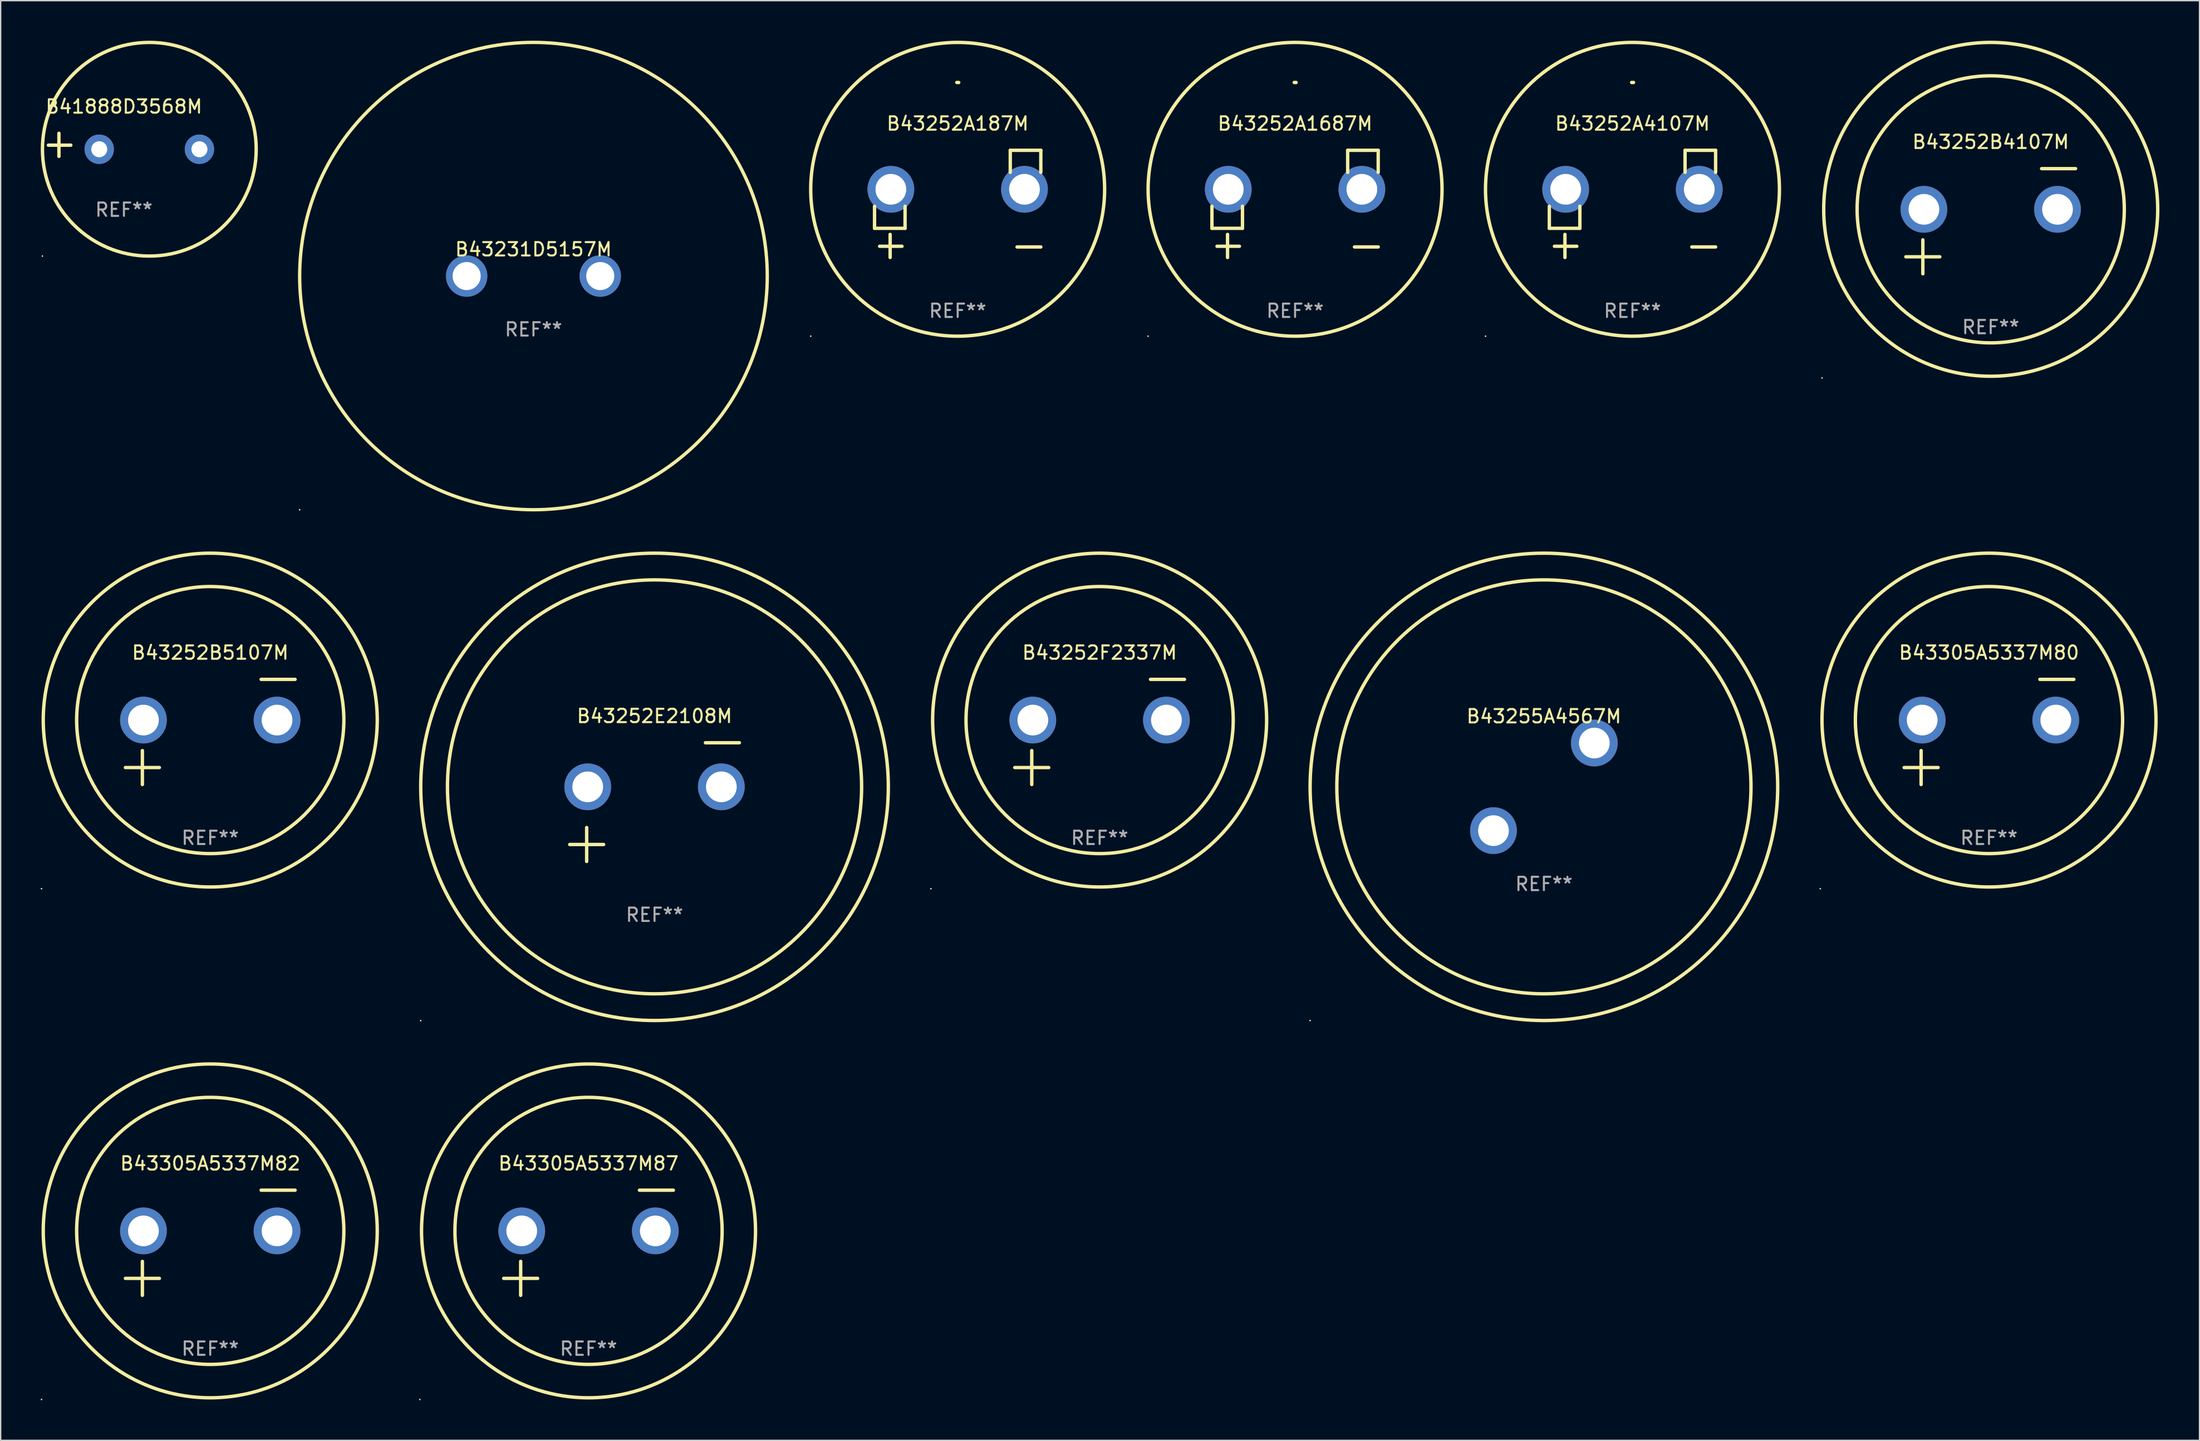
<source format=kicad_pcb>
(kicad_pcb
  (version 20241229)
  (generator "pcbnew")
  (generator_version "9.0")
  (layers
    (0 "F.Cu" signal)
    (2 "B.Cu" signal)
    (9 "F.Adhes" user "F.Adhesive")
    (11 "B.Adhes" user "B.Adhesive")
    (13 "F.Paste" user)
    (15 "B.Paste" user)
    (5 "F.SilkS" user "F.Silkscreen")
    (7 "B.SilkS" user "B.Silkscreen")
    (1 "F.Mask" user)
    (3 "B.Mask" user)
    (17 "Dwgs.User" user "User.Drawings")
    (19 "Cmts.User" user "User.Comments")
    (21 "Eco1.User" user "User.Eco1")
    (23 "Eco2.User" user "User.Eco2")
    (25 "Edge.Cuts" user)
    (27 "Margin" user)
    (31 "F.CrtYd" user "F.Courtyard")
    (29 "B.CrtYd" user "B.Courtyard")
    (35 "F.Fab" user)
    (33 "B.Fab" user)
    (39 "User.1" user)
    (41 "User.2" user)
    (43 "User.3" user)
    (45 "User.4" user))
  (footprint "B43255A4567M"
    (layer "F.Cu")
    (at 112.51 55.877)
    (property "Reference" "B43255A4567M" (at 0 -5.28 0) (layer "F.SilkS") (effects (font (size 1 1) (thickness 0.15))))
    (attr through_hole)
    (fp_circle (center -17.5 17.5) (end -17.47 17.5) (stroke (width 0.06) (type solid)) (fill no) (layer "F.SilkS"))
    (fp_circle (center 0.000127 0) (end 15.5 0) (stroke (width 0.254) (type solid)) (fill no) (layer "F.SilkS"))
    (fp_circle (center 0.000127 0) (end 17.5 0) (stroke (width 0.254) (type solid)) (fill no) (layer "F.SilkS"))
    (fp_text user "+" (at -2.209 6.481 0) (layer "B.Mask") (effects (font (size 1 1) (thickness 0.15))))
    (fp_text user "-" (at 3.792 -0.019 0) (layer "B.Mask") (effects (font (size 1 1) (thickness 0.15))))
    (fp_text user "REF**" (at 0 7.28 0) (layer "F.Fab") (effects (font (size 1 1) (thickness 0.15))))
    (pad "1" thru_hole circle (at -3.774 3.28) (size 3.5 3.5) (drill 2.3) (layers "*.Cu" "*.Mask"))
    (pad "2" thru_hole circle (at 3.774 -3.28) (size 3.5 3.5) (drill 2.3) (layers "*.Cu" "*.Mask")))
  (footprint "B43252A187M"
    (layer "F.Cu")
    (at 68.631 12.219)
    (property "Reference" "B43252A187M" (at 0 -6.013 0) (layer "F.SilkS") (effects (font (size 1 1) (thickness 0.15))))
    (attr through_hole)
    (fp_line (start -6.223 0.178) (end -6.223 1.829) (stroke (width 0.254) (type solid)) (layer "F.SilkS"))
    (fp_line (start -6.223 1.829) (end -3.937 1.829) (stroke (width 0.254) (type solid)) (layer "F.SilkS"))
    (fp_line (start -5.055 4.013) (end -5.055 2.286) (stroke (width 0.254) (type solid)) (layer "F.SilkS"))
    (fp_line (start -4.166 3.175) (end -5.842 3.175) (stroke (width 0.254) (type solid)) (layer "F.SilkS"))
    (fp_line (start -3.937 1.829) (end -3.937 0.178) (stroke (width 0.254) (type solid)) (layer "F.SilkS"))
    (fp_line (start 3.937 -4.013) (end 3.937 -2.362) (stroke (width 0.254) (type solid)) (layer "F.SilkS"))
    (fp_line (start 6.223 -4.013) (end 3.937 -4.013) (stroke (width 0.254) (type solid)) (layer "F.SilkS"))
    (fp_line (start 6.223 -2.362) (end 6.223 -4.013) (stroke (width 0.254) (type solid)) (layer "F.SilkS"))
    (fp_line (start 6.223 3.226) (end 4.445 3.226) (stroke (width 0.254) (type solid)) (layer "F.SilkS"))
    (fp_arc (start -0.062256 -9.092228) (mid 0.007852 -9.091512) (end 0.077952 -9.090196) (stroke (width 0.254001) (type solid)) (layer "F.SilkS"))
    (fp_circle (center -11 9.908) (end -10.97 9.908) (stroke (width 0.06) (type solid)) (fill no) (layer "F.SilkS"))
    (fp_circle (center 0 -1.092) (end 11 -1.092) (stroke (width 0.254) (type solid)) (fill no) (layer "F.SilkS"))
    (fp_text user "REF**" (at 0 8.013 0) (layer "F.Fab") (effects (font (size 1 1) (thickness 0.15))))
    (pad "1" thru_hole circle (at -5 -1.092) (size 3.5 3.5) (drill 2.3) (layers "*.Cu" "*.Mask"))
    (pad "2" thru_hole circle (at 5 -1.092) (size 3.5 3.5) (drill 2.3) (layers "*.Cu" "*.Mask")))
  (footprint "B43252B4107M"
    (layer "F.Cu")
    (at 145.953 13.516)
    (property "Reference" "B43252B4107M" (at 0 -5.937 0) (layer "F.SilkS") (effects (font (size 1 1) (thickness 0.15))))
    (attr through_hole)
    (fp_line (start -6.35 2.667) (end -3.81 2.667) (stroke (width 0.254) (type solid)) (layer "F.SilkS"))
    (fp_line (start -5.08 1.397) (end -5.08 3.937) (stroke (width 0.254) (type solid)) (layer "F.SilkS"))
    (fp_line (start 3.81 -3.937) (end 6.35 -3.937) (stroke (width 0.254) (type solid)) (layer "F.SilkS"))
    (fp_circle (center -12.627 11.738) (end -12.597 11.738) (stroke (width 0.06) (type solid)) (fill no) (layer "F.SilkS"))
    (fp_circle (center 0 -0.889) (end 10 -0.889) (stroke (width 0.254) (type solid)) (fill no) (layer "F.SilkS"))
    (fp_circle (center 0 -0.889) (end 12.5 -0.889) (stroke (width 0.254) (type solid)) (fill no) (layer "F.SilkS"))
    (fp_text user "REF**" (at 0 7.937 0) (layer "F.Fab") (effects (font (size 1 1) (thickness 0.15))))
    (pad "1" thru_hole circle (at -5 -0.889) (size 3.5 3.5) (drill 2.3) (layers "*.Cu" "*.Mask"))
    (pad "2" thru_hole circle (at 5 -0.889) (size 3.5 3.5) (drill 2.3) (layers "*.Cu" "*.Mask")))
  (footprint "B43252B5107M"
    (layer "F.Cu")
    (at 12.687 51.766)
    (property "Reference" "B43252B5107M" (at 0 -5.937 0) (layer "F.SilkS") (effects (font (size 1 1) (thickness 0.15))))
    (attr through_hole)
    (fp_line (start -6.35 2.667) (end -3.81 2.667) (stroke (width 0.254) (type solid)) (layer "F.SilkS"))
    (fp_line (start -5.08 1.397) (end -5.08 3.937) (stroke (width 0.254) (type solid)) (layer "F.SilkS"))
    (fp_line (start 3.81 -3.937) (end 6.35 -3.937) (stroke (width 0.254) (type solid)) (layer "F.SilkS"))
    (fp_circle (center -12.627 11.738) (end -12.597 11.738) (stroke (width 0.06) (type solid)) (fill no) (layer "F.SilkS"))
    (fp_circle (center 0 -0.889) (end 10 -0.889) (stroke (width 0.254) (type solid)) (fill no) (layer "F.SilkS"))
    (fp_circle (center 0 -0.889) (end 12.5 -0.889) (stroke (width 0.254) (type solid)) (fill no) (layer "F.SilkS"))
    (fp_text user "REF**" (at 0 7.937 0) (layer "F.Fab") (effects (font (size 1 1) (thickness 0.15))))
    (pad "1" thru_hole circle (at -5 -0.889) (size 3.5 3.5) (drill 2.3) (layers "*.Cu" "*.Mask"))
    (pad "2" thru_hole circle (at 5 -0.889) (size 3.5 3.5) (drill 2.3) (layers "*.Cu" "*.Mask")))
  (footprint "B43305A5337M80"
    (layer "F.Cu")
    (at 145.824 51.766)
    (property "Reference" "B43305A5337M80" (at 0 -5.937 0) (layer "F.SilkS") (effects (font (size 1 1) (thickness 0.15))))
    (attr through_hole)
    (fp_line (start -6.35 2.667) (end -3.81 2.667) (stroke (width 0.254) (type solid)) (layer "F.SilkS"))
    (fp_line (start -5.08 1.397) (end -5.08 3.937) (stroke (width 0.254) (type solid)) (layer "F.SilkS"))
    (fp_line (start 3.81 -3.937) (end 6.35 -3.937) (stroke (width 0.254) (type solid)) (layer "F.SilkS"))
    (fp_circle (center -12.627 11.738) (end -12.597 11.738) (stroke (width 0.06) (type solid)) (fill no) (layer "F.SilkS"))
    (fp_circle (center 0 -0.889) (end 10 -0.889) (stroke (width 0.254) (type solid)) (fill no) (layer "F.SilkS"))
    (fp_circle (center 0 -0.889) (end 12.5 -0.889) (stroke (width 0.254) (type solid)) (fill no) (layer "F.SilkS"))
    (fp_text user "REF**" (at 0 7.937 0) (layer "F.Fab") (effects (font (size 1 1) (thickness 0.15))))
    (pad "1" thru_hole circle (at -5 -0.889) (size 3.5 3.5) (drill 2.3) (layers "*.Cu" "*.Mask"))
    (pad "2" thru_hole circle (at 5 -0.889) (size 3.5 3.5) (drill 2.3) (layers "*.Cu" "*.Mask")))
  (footprint "B43252A1687M"
    (layer "F.Cu")
    (at 93.885 12.219)
    (property "Reference" "B43252A1687M" (at 0 -6.013 0) (layer "F.SilkS") (effects (font (size 1 1) (thickness 0.15))))
    (attr through_hole)
    (fp_line (start -6.223 0.178) (end -6.223 1.829) (stroke (width 0.254) (type solid)) (layer "F.SilkS"))
    (fp_line (start -6.223 1.829) (end -3.937 1.829) (stroke (width 0.254) (type solid)) (layer "F.SilkS"))
    (fp_line (start -5.055 4.013) (end -5.055 2.286) (stroke (width 0.254) (type solid)) (layer "F.SilkS"))
    (fp_line (start -4.166 3.175) (end -5.842 3.175) (stroke (width 0.254) (type solid)) (layer "F.SilkS"))
    (fp_line (start -3.937 1.829) (end -3.937 0.178) (stroke (width 0.254) (type solid)) (layer "F.SilkS"))
    (fp_line (start 3.937 -4.013) (end 3.937 -2.362) (stroke (width 0.254) (type solid)) (layer "F.SilkS"))
    (fp_line (start 6.223 -4.013) (end 3.937 -4.013) (stroke (width 0.254) (type solid)) (layer "F.SilkS"))
    (fp_line (start 6.223 -2.362) (end 6.223 -4.013) (stroke (width 0.254) (type solid)) (layer "F.SilkS"))
    (fp_line (start 6.223 3.226) (end 4.445 3.226) (stroke (width 0.254) (type solid)) (layer "F.SilkS"))
    (fp_arc (start -0.062256 -9.092228) (mid 0.007852 -9.091512) (end 0.077952 -9.090196) (stroke (width 0.254001) (type solid)) (layer "F.SilkS"))
    (fp_circle (center -11 9.908) (end -10.97 9.908) (stroke (width 0.06) (type solid)) (fill no) (layer "F.SilkS"))
    (fp_circle (center 0 -1.092) (end 11 -1.092) (stroke (width 0.254) (type solid)) (fill no) (layer "F.SilkS"))
    (fp_text user "REF**" (at 0 8.013 0) (layer "F.Fab") (effects (font (size 1 1) (thickness 0.15))))
    (pad "1" thru_hole circle (at -5 -1.092) (size 3.5 3.5) (drill 2.3) (layers "*.Cu" "*.Mask"))
    (pad "2" thru_hole circle (at 5 -1.092) (size 3.5 3.5) (drill 2.3) (layers "*.Cu" "*.Mask")))
  (footprint "B43305A5337M87"
    (layer "F.Cu")
    (at 41.001 90.021)
    (property "Reference" "B43305A5337M87" (at 0 -5.937 0) (layer "F.SilkS") (effects (font (size 1 1) (thickness 0.15))))
    (attr through_hole)
    (fp_line (start -6.35 2.667) (end -3.81 2.667) (stroke (width 0.254) (type solid)) (layer "F.SilkS"))
    (fp_line (start -5.08 1.397) (end -5.08 3.937) (stroke (width 0.254) (type solid)) (layer "F.SilkS"))
    (fp_line (start 3.81 -3.937) (end 6.35 -3.937) (stroke (width 0.254) (type solid)) (layer "F.SilkS"))
    (fp_circle (center -12.627 11.738) (end -12.597 11.738) (stroke (width 0.06) (type solid)) (fill no) (layer "F.SilkS"))
    (fp_circle (center 0 -0.889) (end 10 -0.889) (stroke (width 0.254) (type solid)) (fill no) (layer "F.SilkS"))
    (fp_circle (center 0 -0.889) (end 12.5 -0.889) (stroke (width 0.254) (type solid)) (fill no) (layer "F.SilkS"))
    (fp_text user "REF**" (at 0 7.937 0) (layer "F.Fab") (effects (font (size 1 1) (thickness 0.15))))
    (pad "1" thru_hole circle (at -5 -0.889) (size 3.5 3.5) (drill 2.3) (layers "*.Cu" "*.Mask"))
    (pad "2" thru_hole circle (at 5 -0.889) (size 3.5 3.5) (drill 2.3) (layers "*.Cu" "*.Mask")))
  (footprint "B43252E2108M"
    (layer "F.Cu")
    (at 45.941 57.02)
    (property "Reference" "B43252E2108M" (at 0 -6.445 0) (layer "F.SilkS") (effects (font (size 1 1) (thickness 0.15))))
    (attr through_hole)
    (fp_line (start -6.35 3.175) (end -3.81 3.175) (stroke (width 0.254) (type solid)) (layer "F.SilkS"))
    (fp_line (start -5.08 1.905) (end -5.08 4.445) (stroke (width 0.254) (type solid)) (layer "F.SilkS"))
    (fp_line (start 3.81 -4.445) (end 6.35 -4.445) (stroke (width 0.254) (type solid)) (layer "F.SilkS"))
    (fp_circle (center -17.505 16.362) (end -17.475 16.362) (stroke (width 0.06) (type solid)) (fill no) (layer "F.SilkS"))
    (fp_circle (center 0 -1.143) (end 15.5 -1.143) (stroke (width 0.254) (type solid)) (fill no) (layer "F.SilkS"))
    (fp_circle (center 0 -1.143) (end 17.5 -1.143) (stroke (width 0.254) (type solid)) (fill no) (layer "F.SilkS"))
    (fp_text user "REF**" (at 0 8.445 0) (layer "F.Fab") (effects (font (size 1 1) (thickness 0.15))))
    (pad "1" thru_hole circle (at -5 -1.143) (size 3.5 3.5) (drill 2.3) (layers "*.Cu" "*.Mask"))
    (pad "2" thru_hole circle (at 5 -1.143) (size 3.5 3.5) (drill 2.3) (layers "*.Cu" "*.Mask")))
  (footprint "B43305A5337M82"
    (layer "F.Cu")
    (at 12.687 90.021)
    (property "Reference" "B43305A5337M82" (at 0 -5.937 0) (layer "F.SilkS") (effects (font (size 1 1) (thickness 0.15))))
    (attr through_hole)
    (fp_line (start -6.35 2.667) (end -3.81 2.667) (stroke (width 0.254) (type solid)) (layer "F.SilkS"))
    (fp_line (start -5.08 1.397) (end -5.08 3.937) (stroke (width 0.254) (type solid)) (layer "F.SilkS"))
    (fp_line (start 3.81 -3.937) (end 6.35 -3.937) (stroke (width 0.254) (type solid)) (layer "F.SilkS"))
    (fp_circle (center -12.627 11.738) (end -12.597 11.738) (stroke (width 0.06) (type solid)) (fill no) (layer "F.SilkS"))
    (fp_circle (center 0 -0.889) (end 10 -0.889) (stroke (width 0.254) (type solid)) (fill no) (layer "F.SilkS"))
    (fp_circle (center 0 -0.889) (end 12.5 -0.889) (stroke (width 0.254) (type solid)) (fill no) (layer "F.SilkS"))
    (fp_text user "REF**" (at 0 7.937 0) (layer "F.Fab") (effects (font (size 1 1) (thickness 0.15))))
    (pad "1" thru_hole circle (at -5 -0.889) (size 3.5 3.5) (drill 2.3) (layers "*.Cu" "*.Mask"))
    (pad "2" thru_hole circle (at 5 -0.889) (size 3.5 3.5) (drill 2.3) (layers "*.Cu" "*.Mask")))
  (footprint "B43252F2337M"
    (layer "F.Cu")
    (at 79.256 51.766)
    (property "Reference" "B43252F2337M" (at 0 -5.937 0) (layer "F.SilkS") (effects (font (size 1 1) (thickness 0.15))))
    (attr through_hole)
    (fp_line (start -6.35 2.667) (end -3.81 2.667) (stroke (width 0.254) (type solid)) (layer "F.SilkS"))
    (fp_line (start -5.08 1.397) (end -5.08 3.937) (stroke (width 0.254) (type solid)) (layer "F.SilkS"))
    (fp_line (start 3.81 -3.937) (end 6.35 -3.937) (stroke (width 0.254) (type solid)) (layer "F.SilkS"))
    (fp_circle (center -12.627 11.738) (end -12.597 11.738) (stroke (width 0.06) (type solid)) (fill no) (layer "F.SilkS"))
    (fp_circle (center 0 -0.889) (end 10 -0.889) (stroke (width 0.254) (type solid)) (fill no) (layer "F.SilkS"))
    (fp_circle (center 0 -0.889) (end 12.5 -0.889) (stroke (width 0.254) (type solid)) (fill no) (layer "F.SilkS"))
    (fp_text user "REF**" (at 0 7.937 0) (layer "F.Fab") (effects (font (size 1 1) (thickness 0.15))))
    (pad "1" thru_hole circle (at -5 -0.889) (size 3.5 3.5) (drill 2.3) (layers "*.Cu" "*.Mask"))
    (pad "2" thru_hole circle (at 5 -0.889) (size 3.5 3.5) (drill 2.3) (layers "*.Cu" "*.Mask")))
  (footprint "B43231D5157M"
    (layer "F.Cu")
    (at 36.879 17.625)
    (property "Reference" "B43231D5157M" (at 0 -2 0) (layer "F.SilkS") (effects (font (size 1 1) (thickness 0.15))))
    (attr through_hole)
    (fp_circle (center -17.501 17.501) (end -17.471 17.501) (stroke (width 0.06) (type solid)) (fill no) (layer "F.SilkS"))
    (fp_circle (center 0 0) (end 17.5 0) (stroke (width 0.25) (type solid)) (fill no) (layer "F.SilkS"))
    (fp_text user "REF**" (at 0 4 0) (layer "F.Fab") (effects (font (size 1 1) (thickness 0.15))))
    (pad "1" thru_hole circle (at -5 0) (size 3.1 3.1) (drill 2.1) (layers "*.Cu" "*.Mask"))
    (pad "2" thru_hole circle (at 5 0) (size 3.1 3.1) (drill 2.1) (layers "*.Cu" "*.Mask")))
  (footprint "B41888D3568M"
    (layer "F.Cu")
    (at 6.225 7.797)
    (property "Reference" "B41888D3568M" (at 0 -2.864 0) (layer "F.SilkS") (effects (font (size 1 1) (thickness 0.15))))
    (attr through_hole)
    (fp_line (start -4.864 0.864) (end -4.864 -0.864) (stroke (width 0.254) (type solid)) (layer "F.SilkS"))
    (fp_line (start -3.975 0.025) (end -5.652 0.025) (stroke (width 0.254) (type solid)) (layer "F.SilkS"))
    (fp_circle (center -6.099 8.33) (end -6.069 8.33) (stroke (width 0.06) (type solid)) (fill no) (layer "F.SilkS"))
    (fp_circle (center 1.902 0.33) (end 9.902 0.33) (stroke (width 0.254) (type solid)) (fill no) (layer "F.SilkS"))
    (fp_text user "REF**" (at 0 4.864 0) (layer "F.Fab") (effects (font (size 1 1) (thickness 0.15))))
    (pad "1" thru_hole circle (at -1.848 0.33) (size 2.2 2.2) (drill 1.2) (layers "*.Cu" "*.Mask"))
    (pad "2" thru_hole circle (at 5.652 0.33) (size 2.2 2.2) (drill 1.2) (layers "*.Cu" "*.Mask")))
  (footprint "B43252A4107M"
    (layer "F.Cu")
    (at 119.139 12.219)
    (property "Reference" "B43252A4107M" (at 0 -6.013 0) (layer "F.SilkS") (effects (font (size 1 1) (thickness 0.15))))
    (attr through_hole)
    (fp_line (start -6.223 0.178) (end -6.223 1.829) (stroke (width 0.254) (type solid)) (layer "F.SilkS"))
    (fp_line (start -6.223 1.829) (end -3.937 1.829) (stroke (width 0.254) (type solid)) (layer "F.SilkS"))
    (fp_line (start -5.055 4.013) (end -5.055 2.286) (stroke (width 0.254) (type solid)) (layer "F.SilkS"))
    (fp_line (start -4.166 3.175) (end -5.842 3.175) (stroke (width 0.254) (type solid)) (layer "F.SilkS"))
    (fp_line (start -3.937 1.829) (end -3.937 0.178) (stroke (width 0.254) (type solid)) (layer "F.SilkS"))
    (fp_line (start 3.937 -4.013) (end 3.937 -2.362) (stroke (width 0.254) (type solid)) (layer "F.SilkS"))
    (fp_line (start 6.223 -4.013) (end 3.937 -4.013) (stroke (width 0.254) (type solid)) (layer "F.SilkS"))
    (fp_line (start 6.223 -2.362) (end 6.223 -4.013) (stroke (width 0.254) (type solid)) (layer "F.SilkS"))
    (fp_line (start 6.223 3.226) (end 4.445 3.226) (stroke (width 0.254) (type solid)) (layer "F.SilkS"))
    (fp_arc (start -0.062256 -9.092228) (mid 0.007852 -9.091512) (end 0.077952 -9.090196) (stroke (width 0.254001) (type solid)) (layer "F.SilkS"))
    (fp_circle (center -11 9.908) (end -10.97 9.908) (stroke (width 0.06) (type solid)) (fill no) (layer "F.SilkS"))
    (fp_circle (center 0 -1.092) (end 11 -1.092) (stroke (width 0.254) (type solid)) (fill no) (layer "F.SilkS"))
    (fp_text user "REF**" (at 0 8.013 0) (layer "F.Fab") (effects (font (size 1 1) (thickness 0.15))))
    (pad "1" thru_hole circle (at -5 -1.092) (size 3.5 3.5) (drill 2.3) (layers "*.Cu" "*.Mask"))
    (pad "2" thru_hole circle (at 5 -1.092) (size 3.5 3.5) (drill 2.3) (layers "*.Cu" "*.Mask")))
  (gr_rect
    (start -3 -3)
    (end 161.581 104.819)
    (stroke (width 0.1) (type default))
    (fill no)
    (layer "Edge.Cuts")))
</source>
